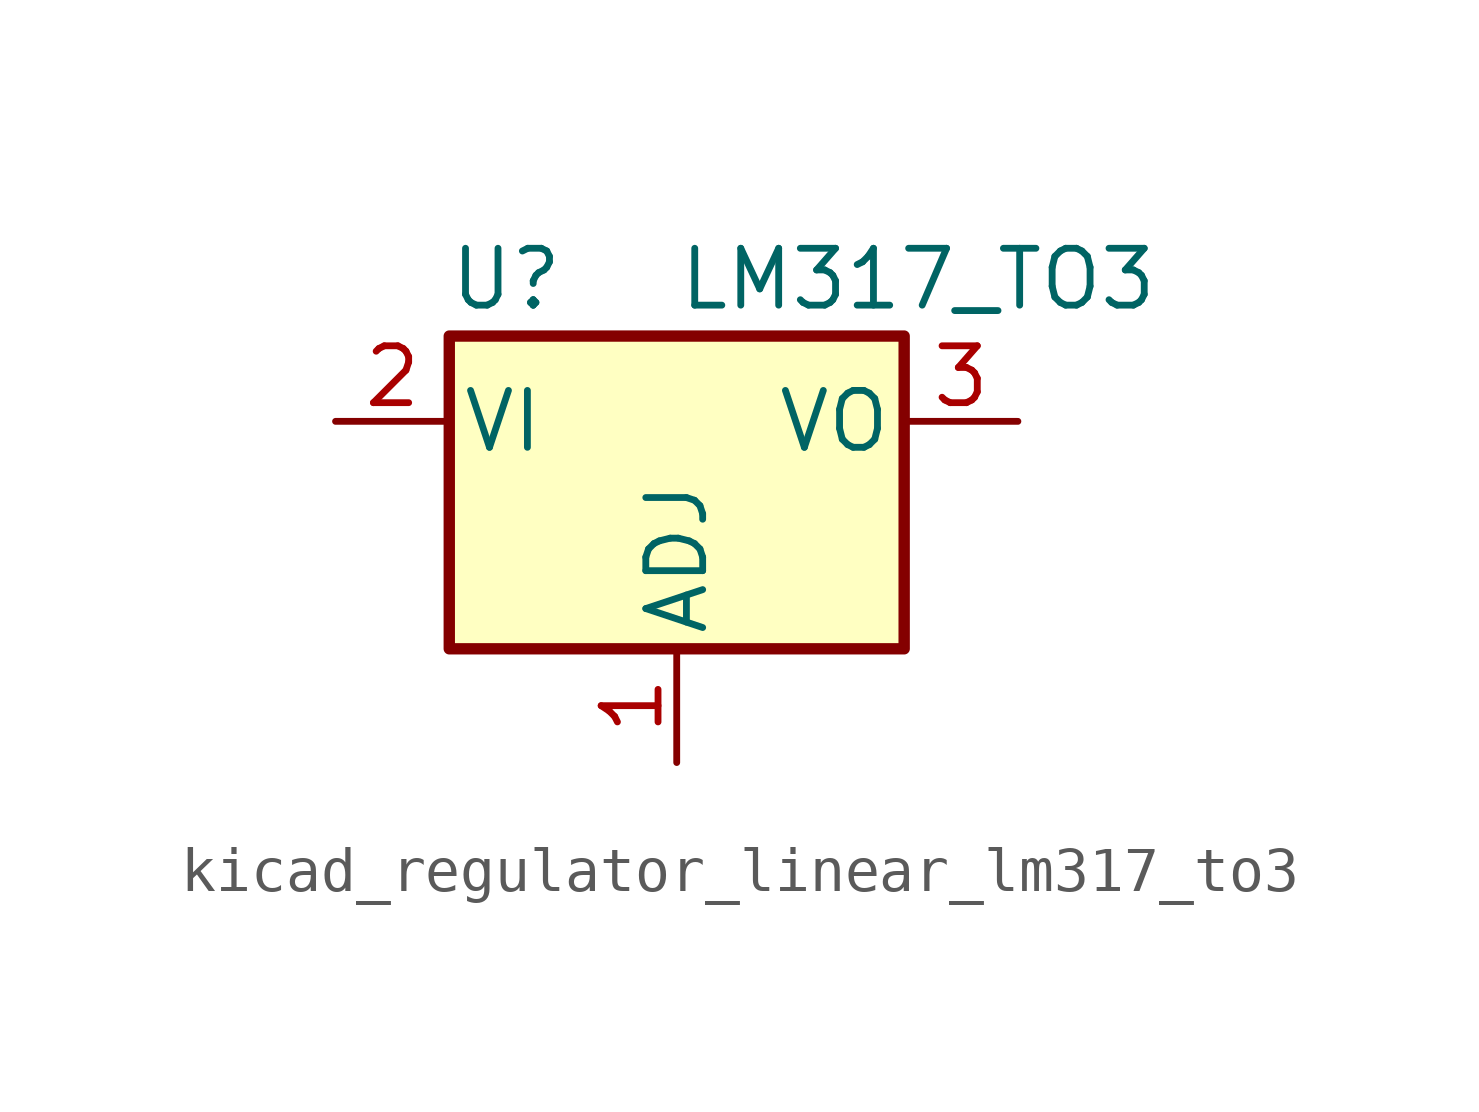
<source format=kicad_sym>
(kicad_symbol_lib
  (version 20220914)
  (generator kicad_symbol_editor)
  (symbol "kicad_regulator_linear_lm317_to3"
    (pin_names
      (offset 0.254))
    (property "Reference" "U"
      (at -3.81 3.175 0)
      (effects (font (size 1.27 1.27))))
    (property "Value" "LM317_TO3"
      (at 0 3.175 0)
      (effects (font (size 1.27 1.27)) (justify left)))
    (symbol "kicad_regulator_linear_lm317_to3_0_1"
      (rectangle (start -5.08 1.905) (end 5.08 -5.08) (stroke (width 0.254) (type default)) (fill (type background))))
    (symbol "kicad_regulator_linear_lm317_to3_1_1"
      (pin input line (at 0 -7.62 90) (length 2.54) (name "ADJ" (effects (font (size 1.27 1.27)))) (number "1" (effects (font (size 1.27 1.27)))))
      (pin power_in line (at -7.62 0 0) (length 2.54) (name "VI" (effects (font (size 1.27 1.27)))) (number "2" (effects (font (size 1.27 1.27)))))
      (pin power_out line (at 7.62 0 180) (length 2.54) (name "VO" (effects (font (size 1.27 1.27)))) (number "3" (effects (font (size 1.27 1.27))))))))
</source>
